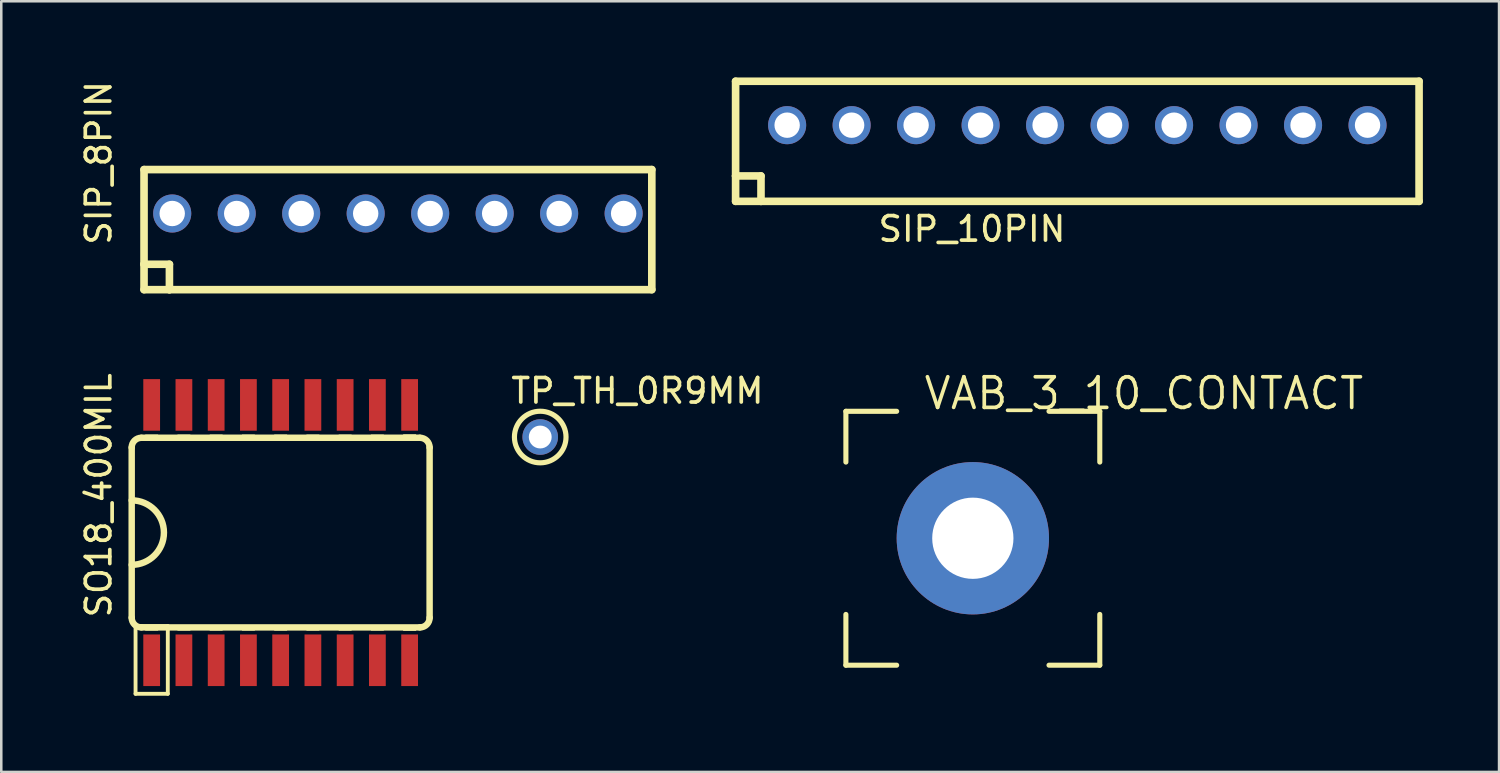
<source format=kicad_pcb>
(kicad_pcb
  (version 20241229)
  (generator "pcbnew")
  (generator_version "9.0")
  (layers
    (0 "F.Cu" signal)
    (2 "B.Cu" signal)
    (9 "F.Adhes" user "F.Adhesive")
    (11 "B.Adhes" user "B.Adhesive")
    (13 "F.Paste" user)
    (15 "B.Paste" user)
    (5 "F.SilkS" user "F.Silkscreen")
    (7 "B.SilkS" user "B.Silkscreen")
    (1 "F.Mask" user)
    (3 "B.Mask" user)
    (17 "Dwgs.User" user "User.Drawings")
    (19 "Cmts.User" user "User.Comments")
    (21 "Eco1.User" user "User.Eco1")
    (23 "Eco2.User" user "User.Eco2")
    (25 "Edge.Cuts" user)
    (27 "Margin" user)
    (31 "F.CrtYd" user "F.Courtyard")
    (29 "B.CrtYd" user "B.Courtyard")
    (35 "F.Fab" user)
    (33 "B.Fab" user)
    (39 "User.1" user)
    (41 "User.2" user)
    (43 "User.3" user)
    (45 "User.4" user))
  (footprint "VAB_3_10_CONTACT"
    (layer "F.Cu")
    (at 35.267 18.15)
    (property "Reference" "VAB_3_10_CONTACT" (at -2 -5 0) (layer "F.SilkS") (effects (font (size 1.206 1.206) (thickness 0.145)) (justify left bottom)))
    (attr through_hole)
    (fp_line (start -5 -5) (end -5 -3) (stroke (width 0.2) (type solid)) (layer "F.SilkS"))
    (fp_line (start -5 5) (end -5 3) (stroke (width 0.2) (type solid)) (layer "F.SilkS"))
    (fp_line (start -3 -5) (end -5 -5) (stroke (width 0.2) (type solid)) (layer "F.SilkS"))
    (fp_line (start -3 5) (end -5 5) (stroke (width 0.2) (type solid)) (layer "F.SilkS"))
    (fp_line (start 3 -5) (end 5 -5) (stroke (width 0.2) (type solid)) (layer "F.SilkS"))
    (fp_line (start 3 5) (end 5 5) (stroke (width 0.2) (type solid)) (layer "F.SilkS"))
    (fp_line (start 5 -5) (end 5 -3) (stroke (width 0.2) (type solid)) (layer "F.SilkS"))
    (fp_line (start 5 5) (end 5 3) (stroke (width 0.2) (type solid)) (layer "F.SilkS"))
    (pad "CASE1" thru_hole circle (at 0 0) (size 6 6) (drill 3.2) (layers "*.Cu" "*.Mask")))
  (footprint "SO18_400MIL"
    (layer "F.Cu")
    (at 8.004 17.927)
    (property "Reference" "SO18_400MIL" (at -6.604 3.429 90) (layer "F.SilkS") (effects (font (size 0.965 0.965) (thickness 0.145)) (justify left bottom)))
    (attr through_hole)
    (fp_line (start -5.867 -3.353) (end -5.867 3.353) (stroke (width 0.254) (type solid)) (layer "F.SilkS"))
    (fp_line (start -5.715 3.683) (end -5.715 6.35) (stroke (width 0.152) (type solid)) (layer "F.SilkS"))
    (fp_line (start -5.715 6.35) (end -4.445 6.35) (stroke (width 0.152) (type solid)) (layer "F.SilkS"))
    (fp_line (start -5.486 3.734) (end 5.486 3.734) (stroke (width 0.254) (type solid)) (layer "F.SilkS"))
    (fp_line (start -4.445 3.683) (end -5.715 3.683) (stroke (width 0.152) (type solid)) (layer "F.SilkS"))
    (fp_line (start -4.445 6.35) (end -4.445 3.683) (stroke (width 0.152) (type solid)) (layer "F.SilkS"))
    (fp_line (start 5.486 -3.734) (end -5.486 -3.734) (stroke (width 0.254) (type solid)) (layer "F.SilkS"))
    (fp_line (start 5.867 3.353) (end 5.867 -3.353) (stroke (width 0.254) (type solid)) (layer "F.SilkS"))
    (fp_arc (start -5.8674 -3.3528) (mid -5.755808 -3.622208) (end -5.4864 -3.7338) (stroke (width 0.254) (type solid)) (layer "F.SilkS"))
    (fp_arc (start -5.8674 -1.27) (mid -4.5974 0) (end -5.8674 1.27) (stroke (width 0.254) (type solid)) (layer "F.SilkS"))
    (fp_arc (start -5.4864 3.7338) (mid -5.755808 3.622208) (end -5.8674 3.3528) (stroke (width 0.254) (type solid)) (layer "F.SilkS"))
    (fp_arc (start 5.4864 -3.7338) (mid 5.755808 -3.622208) (end 5.8674 -3.3528) (stroke (width 0.254) (type solid)) (layer "F.SilkS"))
    (fp_arc (start 5.8674 3.3528) (mid 5.755808 3.622208) (end 5.4864 3.7338) (stroke (width 0.254) (type solid)) (layer "F.SilkS"))
    (fp_poly (pts (xy -5.334 -3.734) (xy -4.826 -3.734) (xy -4.826 -3.861) (xy -5.334 -3.861)) (stroke (width 0) (type solid)) (fill yes) (layer "F.SilkS"))
    (fp_poly (pts (xy -5.334 3.861) (xy -4.826 3.861) (xy -4.826 3.734) (xy -5.334 3.734)) (stroke (width 0) (type solid)) (fill yes) (layer "F.SilkS"))
    (fp_poly (pts (xy -4.064 -3.734) (xy -3.556 -3.734) (xy -3.556 -3.861) (xy -4.064 -3.861)) (stroke (width 0) (type solid)) (fill yes) (layer "F.SilkS"))
    (fp_poly (pts (xy -4.064 3.861) (xy -3.556 3.861) (xy -3.556 3.734) (xy -4.064 3.734)) (stroke (width 0) (type solid)) (fill yes) (layer "F.SilkS"))
    (fp_poly (pts (xy -2.794 -3.734) (xy -2.286 -3.734) (xy -2.286 -3.861) (xy -2.794 -3.861)) (stroke (width 0) (type solid)) (fill yes) (layer "F.SilkS"))
    (fp_poly (pts (xy -2.794 3.861) (xy -2.286 3.861) (xy -2.286 3.734) (xy -2.794 3.734)) (stroke (width 0) (type solid)) (fill yes) (layer "F.SilkS"))
    (fp_poly (pts (xy -1.524 -3.734) (xy -1.016 -3.734) (xy -1.016 -3.861) (xy -1.524 -3.861)) (stroke (width 0) (type solid)) (fill yes) (layer "F.SilkS"))
    (fp_poly (pts (xy -1.524 3.861) (xy -1.016 3.861) (xy -1.016 3.734) (xy -1.524 3.734)) (stroke (width 0) (type solid)) (fill yes) (layer "F.SilkS"))
    (fp_poly (pts (xy -0.254 -3.734) (xy 0.254 -3.734) (xy 0.254 -3.861) (xy -0.254 -3.861)) (stroke (width 0) (type solid)) (fill yes) (layer "F.SilkS"))
    (fp_poly (pts (xy -0.254 3.861) (xy 0.254 3.861) (xy 0.254 3.734) (xy -0.254 3.734)) (stroke (width 0) (type solid)) (fill yes) (layer "F.SilkS"))
    (fp_poly (pts (xy 1.016 -3.734) (xy 1.524 -3.734) (xy 1.524 -3.861) (xy 1.016 -3.861)) (stroke (width 0) (type solid)) (fill yes) (layer "F.SilkS"))
    (fp_poly (pts (xy 1.016 3.861) (xy 1.524 3.861) (xy 1.524 3.734) (xy 1.016 3.734)) (stroke (width 0) (type solid)) (fill yes) (layer "F.SilkS"))
    (fp_poly (pts (xy 2.286 -3.734) (xy 2.794 -3.734) (xy 2.794 -3.861) (xy 2.286 -3.861)) (stroke (width 0) (type solid)) (fill yes) (layer "F.SilkS"))
    (fp_poly (pts (xy 2.286 3.861) (xy 2.794 3.861) (xy 2.794 3.734) (xy 2.286 3.734)) (stroke (width 0) (type solid)) (fill yes) (layer "F.SilkS"))
    (fp_poly (pts (xy 3.556 -3.734) (xy 4.064 -3.734) (xy 4.064 -3.861) (xy 3.556 -3.861)) (stroke (width 0) (type solid)) (fill yes) (layer "F.SilkS"))
    (fp_poly (pts (xy 3.556 3.861) (xy 4.064 3.861) (xy 4.064 3.734) (xy 3.556 3.734)) (stroke (width 0) (type solid)) (fill yes) (layer "F.SilkS"))
    (fp_poly (pts (xy 4.826 -3.734) (xy 5.334 -3.734) (xy 5.334 -3.861) (xy 4.826 -3.861)) (stroke (width 0) (type solid)) (fill yes) (layer "F.SilkS"))
    (fp_poly (pts (xy 4.826 -3.734) (xy 5.334 -3.734) (xy 5.334 -3.861) (xy 4.826 -3.861)) (stroke (width 0) (type solid)) (fill yes) (layer "F.SilkS"))
    (fp_poly (pts (xy 4.826 3.861) (xy 5.334 3.861) (xy 5.334 3.734) (xy 4.826 3.734)) (stroke (width 0) (type solid)) (fill yes) (layer "F.SilkS"))
    (fp_poly (pts (xy 4.826 3.861) (xy 5.334 3.861) (xy 5.334 3.734) (xy 4.826 3.734)) (stroke (width 0) (type solid)) (fill yes) (layer "F.SilkS"))
    (pad "1" smd rect (at -5.08 5.029) (size 0.66 2.032) (layers "F.Cu" "F.Mask" "F.Paste"))
    (pad "2" smd rect (at -3.81 5.029) (size 0.66 2.032) (layers "F.Cu" "F.Mask" "F.Paste"))
    (pad "3" smd rect (at -2.54 5.029) (size 0.66 2.032) (layers "F.Cu" "F.Mask" "F.Paste"))
    (pad "4" smd rect (at -1.27 5.029) (size 0.66 2.032) (layers "F.Cu" "F.Mask" "F.Paste"))
    (pad "5" smd rect (at 0 5.029) (size 0.66 2.032) (layers "F.Cu" "F.Mask" "F.Paste"))
    (pad "6" smd rect (at 1.27 5.029) (size 0.66 2.032) (layers "F.Cu" "F.Mask" "F.Paste"))
    (pad "7" smd rect (at 2.54 5.029) (size 0.66 2.032) (layers "F.Cu" "F.Mask" "F.Paste"))
    (pad "8" smd rect (at 3.81 5.029) (size 0.66 2.032) (layers "F.Cu" "F.Mask" "F.Paste"))
    (pad "9" smd rect (at 5.08 5.029) (size 0.66 2.032) (layers "F.Cu" "F.Mask" "F.Paste"))
    (pad "10" smd rect (at 5.08 -5.029) (size 0.66 2.032) (layers "F.Cu" "F.Mask" "F.Paste"))
    (pad "11" smd rect (at 3.81 -5.029) (size 0.66 2.032) (layers "F.Cu" "F.Mask" "F.Paste"))
    (pad "12" smd rect (at 2.54 -5.029) (size 0.66 2.032) (layers "F.Cu" "F.Mask" "F.Paste"))
    (pad "13" smd rect (at 1.27 -5.029) (size 0.66 2.032) (layers "F.Cu" "F.Mask" "F.Paste"))
    (pad "14" smd rect (at 0 -5.029) (size 0.66 2.032) (layers "F.Cu" "F.Mask" "F.Paste"))
    (pad "15" smd rect (at -1.27 -5.029) (size 0.66 2.032) (layers "F.Cu" "F.Mask" "F.Paste"))
    (pad "16" smd rect (at -2.54 -5.029) (size 0.66 2.032) (layers "F.Cu" "F.Mask" "F.Paste"))
    (pad "17" smd rect (at -3.81 -5.029) (size 0.66 2.032) (layers "F.Cu" "F.Mask" "F.Paste"))
    (pad "18" smd rect (at -5.08 -5.029) (size 0.66 2.032) (layers "F.Cu" "F.Mask" "F.Paste")))
  (footprint "SIP_8PIN"
    (layer "F.Cu")
    (at 12.623 5.359)
    (property "Reference" "SIP_8PIN" (at -11.223 1.317 90) (layer "F.SilkS") (effects (font (size 0.965 0.965) (thickness 0.145)) (justify left bottom)))
    (attr through_hole)
    (fp_line (start -10 -1.73) (end -10 2) (stroke (width 0.3) (type solid)) (layer "F.SilkS"))
    (fp_line (start -10 2) (end -10 3) (stroke (width 0.3) (type solid)) (layer "F.SilkS"))
    (fp_line (start -10 2) (end -9 2) (stroke (width 0.3) (type solid)) (layer "F.SilkS"))
    (fp_line (start -10 3) (end -9 3) (stroke (width 0.3) (type solid)) (layer "F.SilkS"))
    (fp_line (start -9 2) (end -9 3) (stroke (width 0.3) (type solid)) (layer "F.SilkS"))
    (fp_line (start -9 3) (end 10 3) (stroke (width 0.3) (type solid)) (layer "F.SilkS"))
    (fp_line (start 10 -1.73) (end -10 -1.73) (stroke (width 0.3) (type solid)) (layer "F.SilkS"))
    (fp_line (start 10 3) (end 10 -1.73) (stroke (width 0.3) (type solid)) (layer "F.SilkS"))
    (pad "1" thru_hole circle (at -8.89 0) (size 1.5 1.5) (drill 1) (layers "*.Cu" "*.Mask"))
    (pad "2" thru_hole circle (at -6.35 0) (size 1.5 1.5) (drill 1) (layers "*.Cu" "*.Mask"))
    (pad "3" thru_hole circle (at -3.81 0) (size 1.5 1.5) (drill 1) (layers "*.Cu" "*.Mask"))
    (pad "4" thru_hole circle (at -1.27 0) (size 1.5 1.5) (drill 1) (layers "*.Cu" "*.Mask"))
    (pad "5" thru_hole circle (at 1.27 0) (size 1.5 1.5) (drill 1) (layers "*.Cu" "*.Mask"))
    (pad "6" thru_hole circle (at 3.81 0) (size 1.5 1.5) (drill 1) (layers "*.Cu" "*.Mask"))
    (pad "7" thru_hole circle (at 6.35 0) (size 1.5 1.5) (drill 1) (layers "*.Cu" "*.Mask"))
    (pad "8" thru_hole circle (at 8.89 0) (size 1.5 1.5) (drill 1) (layers "*.Cu" "*.Mask")))
  (footprint "TP_TH_0R9MM"
    (layer "F.Cu")
    (at 18.228 14.163)
    (property "Reference" "TP_TH_0R9MM" (at -1.23 -1.254 0) (layer "F.SilkS") (effects (font (size 0.965 0.965) (thickness 0.145)) (justify left bottom)))
    (attr through_hole)
    (fp_circle (center 0 0) (end 1.016 0) (stroke (width 0.203) (type solid)) (fill no) (layer "F.SilkS"))
    (pad "1" thru_hole circle (at 0 0) (size 1.4 1.4) (drill 0.9) (layers "*.Cu" "*.Mask")))
  (footprint "SIP_10PIN"
    (layer "F.Cu")
    (at 39.383 1.88)
    (property "Reference" "SIP_10PIN" (at -7.921 4.652 0) (layer "F.SilkS") (effects (font (size 0.965 0.965) (thickness 0.145)) (justify left bottom)))
    (attr through_hole)
    (fp_line (start -13.46 -1.73) (end -13.46 2) (stroke (width 0.3) (type solid)) (layer "F.SilkS"))
    (fp_line (start -13.46 2) (end -13.46 3) (stroke (width 0.3) (type solid)) (layer "F.SilkS"))
    (fp_line (start -13.46 2) (end -12.46 2) (stroke (width 0.3) (type solid)) (layer "F.SilkS"))
    (fp_line (start -13.46 3) (end -12.46 3) (stroke (width 0.3) (type solid)) (layer "F.SilkS"))
    (fp_line (start -12.46 2) (end -12.46 3) (stroke (width 0.3) (type solid)) (layer "F.SilkS"))
    (fp_line (start -12.46 3) (end 13.46 3) (stroke (width 0.3) (type solid)) (layer "F.SilkS"))
    (fp_line (start 13.46 -1.73) (end -13.46 -1.73) (stroke (width 0.3) (type solid)) (layer "F.SilkS"))
    (fp_line (start 13.46 3) (end 13.46 -1.73) (stroke (width 0.3) (type solid)) (layer "F.SilkS"))
    (pad "1" thru_hole circle (at -11.43 0) (size 1.5 1.5) (drill 1) (layers "*.Cu" "*.Mask"))
    (pad "2" thru_hole circle (at -8.89 0) (size 1.5 1.5) (drill 1) (layers "*.Cu" "*.Mask"))
    (pad "3" thru_hole circle (at -6.35 0) (size 1.5 1.5) (drill 1) (layers "*.Cu" "*.Mask"))
    (pad "4" thru_hole circle (at -3.81 0) (size 1.5 1.5) (drill 1) (layers "*.Cu" "*.Mask"))
    (pad "5" thru_hole circle (at -1.27 0) (size 1.5 1.5) (drill 1) (layers "*.Cu" "*.Mask"))
    (pad "6" thru_hole circle (at 1.27 0) (size 1.5 1.5) (drill 1) (layers "*.Cu" "*.Mask"))
    (pad "7" thru_hole circle (at 3.81 0) (size 1.5 1.5) (drill 1) (layers "*.Cu" "*.Mask"))
    (pad "8" thru_hole circle (at 6.35 0) (size 1.5 1.5) (drill 1) (layers "*.Cu" "*.Mask"))
    (pad "9" thru_hole circle (at 8.89 0) (size 1.5 1.5) (drill 1) (layers "*.Cu" "*.Mask"))
    (pad "10" thru_hole circle (at 11.43 0) (size 1.5 1.5) (drill 1) (layers "*.Cu" "*.Mask")))
  (gr_rect
    (start -3 -3)
    (end 55.993 27.354)
    (stroke (width 0.1) (type default))
    (fill no)
    (layer "Edge.Cuts")))
</source>
